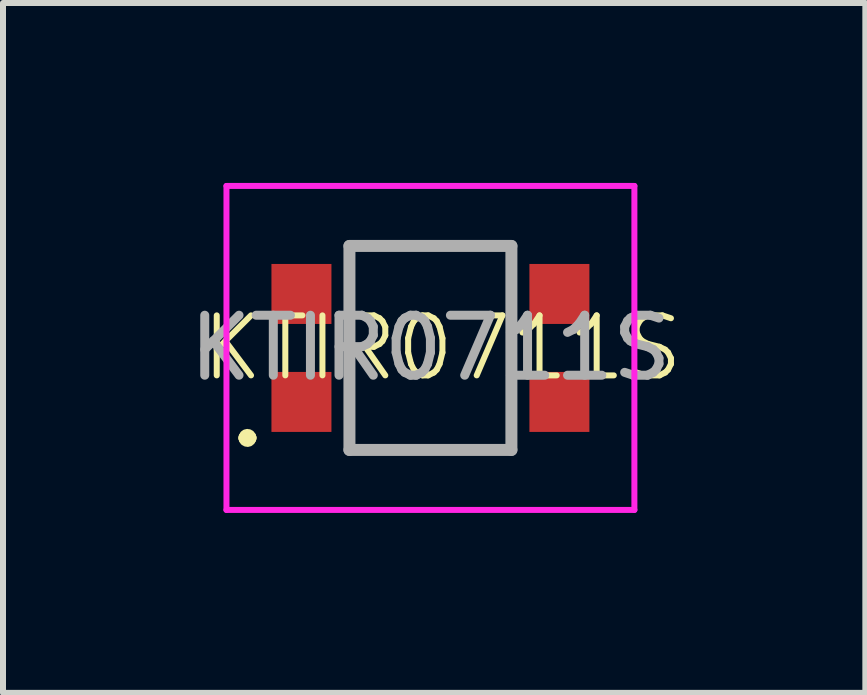
<source format=kicad_pcb>
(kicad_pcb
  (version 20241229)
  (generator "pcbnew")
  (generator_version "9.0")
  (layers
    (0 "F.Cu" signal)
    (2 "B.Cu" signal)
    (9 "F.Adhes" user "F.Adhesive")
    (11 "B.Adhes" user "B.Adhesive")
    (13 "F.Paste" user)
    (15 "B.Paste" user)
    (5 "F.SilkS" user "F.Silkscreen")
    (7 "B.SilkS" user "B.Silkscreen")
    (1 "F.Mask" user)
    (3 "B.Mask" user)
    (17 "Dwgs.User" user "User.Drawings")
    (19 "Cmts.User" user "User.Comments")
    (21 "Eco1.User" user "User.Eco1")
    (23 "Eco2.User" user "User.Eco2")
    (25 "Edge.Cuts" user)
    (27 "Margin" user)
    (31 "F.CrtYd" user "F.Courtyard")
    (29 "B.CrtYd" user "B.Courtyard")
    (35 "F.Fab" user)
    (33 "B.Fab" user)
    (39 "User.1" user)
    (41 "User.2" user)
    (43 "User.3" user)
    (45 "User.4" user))
  (footprint "KTIR0711S"
    (layer "F.Cu")
    (at 4.125 2.75)
    (property "Reference" "KTIR0711S" (at 0.2 0 0) (unlocked yes) (layer "F.SilkS") (effects (font (size 1 1) (thickness 0.1))))
    (attr smd)
    (fp_line (start -3.1 1.5) (end -3.1 1.5) (stroke (width 0.2) (type solid)) (layer "F.SilkS"))
    (fp_line (start -3 1.5) (end -3 1.5) (stroke (width 0.2) (type solid)) (layer "F.SilkS"))
    (fp_line (start -1.35 -1.7) (end 1.35 -1.7) (stroke (width 0.1) (type solid)) (layer "F.SilkS"))
    (fp_line (start -1.35 1.7) (end 1.35 1.7) (stroke (width 0.1) (type solid)) (layer "F.SilkS"))
    (fp_arc (start -3.1 1.5) (mid -3.05 1.45) (end -3 1.5) (stroke (width 0.2) (type solid)) (layer "F.SilkS"))
    (fp_arc (start -3 1.5) (mid -3.05 1.55) (end -3.1 1.5) (stroke (width 0.2) (type solid)) (layer "F.SilkS"))
    (fp_line (start -3.4 -2.7) (end 3.4 -2.7) (stroke (width 0.1) (type solid)) (layer "F.CrtYd"))
    (fp_line (start -3.4 2.7) (end -3.4 -2.7) (stroke (width 0.1) (type solid)) (layer "F.CrtYd"))
    (fp_line (start 3.4 -2.7) (end 3.4 2.7) (stroke (width 0.1) (type solid)) (layer "F.CrtYd"))
    (fp_line (start 3.4 2.7) (end -3.4 2.7) (stroke (width 0.1) (type solid)) (layer "F.CrtYd"))
    (fp_line (start -1.35 -1.7) (end 1.35 -1.7) (stroke (width 0.2) (type solid)) (layer "F.Fab"))
    (fp_line (start -1.35 1.7) (end -1.35 -1.7) (stroke (width 0.2) (type solid)) (layer "F.Fab"))
    (fp_line (start 1.35 -1.7) (end 1.35 1.7) (stroke (width 0.2) (type solid)) (layer "F.Fab"))
    (fp_line (start 1.35 1.7) (end -1.35 1.7) (stroke (width 0.2) (type solid)) (layer "F.Fab"))
    (fp_text user "${REFERENCE}" (at 0 0 0) (unlocked yes) (layer "F.Fab") (effects (font (size 1 1) (thickness 0.15))))
    (pad "1" smd rect (at -2.15 0.9 90) (size 1 1) (layers "F.Cu" "F.Mask" "F.Paste"))
    (pad "2" smd rect (at -2.15 -0.9 90) (size 1 1) (layers "F.Cu" "F.Mask" "F.Paste"))
    (pad "3" smd rect (at 2.15 -0.9 90) (size 1 1) (layers "F.Cu" "F.Mask" "F.Paste"))
    (pad "4" smd rect (at 2.15 0.9 90) (size 1 1) (layers "F.Cu" "F.Mask" "F.Paste")))
  (gr_rect
    (start -3 -3)
    (end 11.375 8.5)
    (stroke (width 0.1) (type default))
    (fill no)
    (layer "Edge.Cuts")))
</source>
